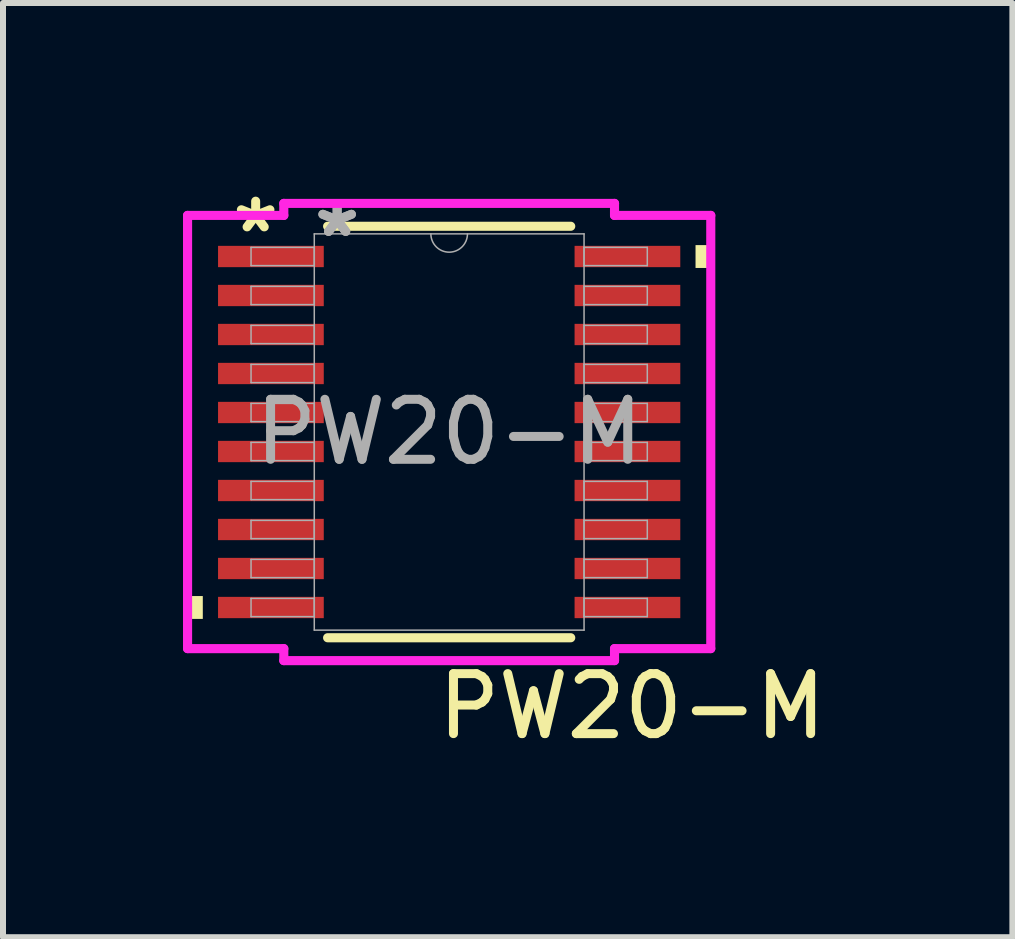
<source format=kicad_pcb>
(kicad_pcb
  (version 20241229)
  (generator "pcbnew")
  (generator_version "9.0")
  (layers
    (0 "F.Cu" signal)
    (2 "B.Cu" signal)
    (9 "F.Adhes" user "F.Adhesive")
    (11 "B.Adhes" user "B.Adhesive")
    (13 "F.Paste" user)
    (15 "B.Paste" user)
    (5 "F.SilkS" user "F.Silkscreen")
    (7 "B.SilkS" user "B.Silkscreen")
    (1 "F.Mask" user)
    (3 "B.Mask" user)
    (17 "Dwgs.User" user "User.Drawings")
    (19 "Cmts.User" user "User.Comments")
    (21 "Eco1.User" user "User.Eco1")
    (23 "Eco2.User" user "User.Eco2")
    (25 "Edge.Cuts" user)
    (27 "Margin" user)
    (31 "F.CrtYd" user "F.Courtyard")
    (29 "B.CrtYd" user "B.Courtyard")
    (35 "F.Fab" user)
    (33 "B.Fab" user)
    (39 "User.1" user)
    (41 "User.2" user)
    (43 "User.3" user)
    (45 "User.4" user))
  (footprint "PW20-M"
    (layer "F.Cu")
    (at 4.436 4.15)
    (property "Reference" "PW20-M" (at 3.048 4.572 0) (unlocked yes) (layer "F.SilkS") (effects (font (size 1 1) (thickness 0.15))))
    (attr smd allow_soldermask_bridges)
    (fp_line (start -2.026 3.429) (end 2.026 3.429) (stroke (width 0.152) (type solid)) (layer "F.SilkS"))
    (fp_line (start 2.026 -3.429) (end -2.026 -3.429) (stroke (width 0.152) (type solid)) (layer "F.SilkS"))
    (fp_poly (pts (xy -4.36 2.734) (xy -4.36 3.115) (xy -4.106 3.115) (xy -4.106 2.734)) (stroke (width 0) (type solid)) (fill yes) (layer "F.SilkS"))
    (fp_poly (pts (xy 4.36 -3.115) (xy 4.36 -2.734) (xy 4.106 -2.734) (xy 4.106 -3.115)) (stroke (width 0) (type solid)) (fill yes) (layer "F.SilkS"))
    (fp_line (start -4.36 -3.61) (end -2.756 -3.61) (stroke (width 0.152) (type solid)) (layer "F.CrtYd"))
    (fp_line (start -4.36 3.61) (end -4.36 -3.61) (stroke (width 0.152) (type solid)) (layer "F.CrtYd"))
    (fp_line (start -4.36 3.61) (end -2.756 3.61) (stroke (width 0.152) (type solid)) (layer "F.CrtYd"))
    (fp_line (start -2.756 -3.81) (end 2.756 -3.81) (stroke (width 0.152) (type solid)) (layer "F.CrtYd"))
    (fp_line (start -2.756 -3.61) (end -2.756 -3.81) (stroke (width 0.152) (type solid)) (layer "F.CrtYd"))
    (fp_line (start -2.756 3.81) (end -2.756 3.61) (stroke (width 0.152) (type solid)) (layer "F.CrtYd"))
    (fp_line (start 2.756 -3.81) (end 2.756 -3.61) (stroke (width 0.152) (type solid)) (layer "F.CrtYd"))
    (fp_line (start 2.756 3.61) (end 2.756 3.81) (stroke (width 0.152) (type solid)) (layer "F.CrtYd"))
    (fp_line (start 2.756 3.81) (end -2.756 3.81) (stroke (width 0.152) (type solid)) (layer "F.CrtYd"))
    (fp_line (start 4.36 -3.61) (end 2.756 -3.61) (stroke (width 0.152) (type solid)) (layer "F.CrtYd"))
    (fp_line (start 4.36 -3.61) (end 4.36 3.61) (stroke (width 0.152) (type solid)) (layer "F.CrtYd"))
    (fp_line (start 4.36 3.61) (end 2.756 3.61) (stroke (width 0.152) (type solid)) (layer "F.CrtYd"))
    (fp_line (start -3.302 -3.077) (end -3.302 -2.773) (stroke (width 0.025) (type solid)) (layer "F.Fab"))
    (fp_line (start -3.302 -2.773) (end -2.248 -2.773) (stroke (width 0.025) (type solid)) (layer "F.Fab"))
    (fp_line (start -3.302 -2.427) (end -3.302 -2.123) (stroke (width 0.025) (type solid)) (layer "F.Fab"))
    (fp_line (start -3.302 -2.123) (end -2.248 -2.123) (stroke (width 0.025) (type solid)) (layer "F.Fab"))
    (fp_line (start -3.302 -1.777) (end -3.302 -1.473) (stroke (width 0.025) (type solid)) (layer "F.Fab"))
    (fp_line (start -3.302 -1.473) (end -2.248 -1.473) (stroke (width 0.025) (type solid)) (layer "F.Fab"))
    (fp_line (start -3.302 -1.127) (end -3.302 -0.823) (stroke (width 0.025) (type solid)) (layer "F.Fab"))
    (fp_line (start -3.302 -0.823) (end -2.248 -0.823) (stroke (width 0.025) (type solid)) (layer "F.Fab"))
    (fp_line (start -3.302 -0.477) (end -3.302 -0.173) (stroke (width 0.025) (type solid)) (layer "F.Fab"))
    (fp_line (start -3.302 -0.173) (end -2.248 -0.173) (stroke (width 0.025) (type solid)) (layer "F.Fab"))
    (fp_line (start -3.302 0.173) (end -3.302 0.477) (stroke (width 0.025) (type solid)) (layer "F.Fab"))
    (fp_line (start -3.302 0.477) (end -2.248 0.477) (stroke (width 0.025) (type solid)) (layer "F.Fab"))
    (fp_line (start -3.302 0.823) (end -3.302 1.127) (stroke (width 0.025) (type solid)) (layer "F.Fab"))
    (fp_line (start -3.302 1.127) (end -2.248 1.127) (stroke (width 0.025) (type solid)) (layer "F.Fab"))
    (fp_line (start -3.302 1.473) (end -3.302 1.777) (stroke (width 0.025) (type solid)) (layer "F.Fab"))
    (fp_line (start -3.302 1.777) (end -2.248 1.777) (stroke (width 0.025) (type solid)) (layer "F.Fab"))
    (fp_line (start -3.302 2.123) (end -3.302 2.427) (stroke (width 0.025) (type solid)) (layer "F.Fab"))
    (fp_line (start -3.302 2.427) (end -2.248 2.427) (stroke (width 0.025) (type solid)) (layer "F.Fab"))
    (fp_line (start -3.302 2.773) (end -3.302 3.077) (stroke (width 0.025) (type solid)) (layer "F.Fab"))
    (fp_line (start -3.302 3.077) (end -2.248 3.077) (stroke (width 0.025) (type solid)) (layer "F.Fab"))
    (fp_line (start -2.248 -3.302) (end -2.248 3.302) (stroke (width 0.025) (type solid)) (layer "F.Fab"))
    (fp_line (start -2.248 -3.077) (end -3.302 -3.077) (stroke (width 0.025) (type solid)) (layer "F.Fab"))
    (fp_line (start -2.248 -2.773) (end -2.248 -3.077) (stroke (width 0.025) (type solid)) (layer "F.Fab"))
    (fp_line (start -2.248 -2.427) (end -3.302 -2.427) (stroke (width 0.025) (type solid)) (layer "F.Fab"))
    (fp_line (start -2.248 -2.123) (end -2.248 -2.427) (stroke (width 0.025) (type solid)) (layer "F.Fab"))
    (fp_line (start -2.248 -1.777) (end -3.302 -1.777) (stroke (width 0.025) (type solid)) (layer "F.Fab"))
    (fp_line (start -2.248 -1.473) (end -2.248 -1.777) (stroke (width 0.025) (type solid)) (layer "F.Fab"))
    (fp_line (start -2.248 -1.127) (end -3.302 -1.127) (stroke (width 0.025) (type solid)) (layer "F.Fab"))
    (fp_line (start -2.248 -0.823) (end -2.248 -1.127) (stroke (width 0.025) (type solid)) (layer "F.Fab"))
    (fp_line (start -2.248 -0.477) (end -3.302 -0.477) (stroke (width 0.025) (type solid)) (layer "F.Fab"))
    (fp_line (start -2.248 -0.173) (end -2.248 -0.477) (stroke (width 0.025) (type solid)) (layer "F.Fab"))
    (fp_line (start -2.248 0.173) (end -3.302 0.173) (stroke (width 0.025) (type solid)) (layer "F.Fab"))
    (fp_line (start -2.248 0.477) (end -2.248 0.173) (stroke (width 0.025) (type solid)) (layer "F.Fab"))
    (fp_line (start -2.248 0.823) (end -3.302 0.823) (stroke (width 0.025) (type solid)) (layer "F.Fab"))
    (fp_line (start -2.248 1.127) (end -2.248 0.823) (stroke (width 0.025) (type solid)) (layer "F.Fab"))
    (fp_line (start -2.248 1.473) (end -3.302 1.473) (stroke (width 0.025) (type solid)) (layer "F.Fab"))
    (fp_line (start -2.248 1.777) (end -2.248 1.473) (stroke (width 0.025) (type solid)) (layer "F.Fab"))
    (fp_line (start -2.248 2.123) (end -3.302 2.123) (stroke (width 0.025) (type solid)) (layer "F.Fab"))
    (fp_line (start -2.248 2.427) (end -2.248 2.123) (stroke (width 0.025) (type solid)) (layer "F.Fab"))
    (fp_line (start -2.248 2.773) (end -3.302 2.773) (stroke (width 0.025) (type solid)) (layer "F.Fab"))
    (fp_line (start -2.248 3.077) (end -2.248 2.773) (stroke (width 0.025) (type solid)) (layer "F.Fab"))
    (fp_line (start -2.248 3.302) (end 2.248 3.302) (stroke (width 0.025) (type solid)) (layer "F.Fab"))
    (fp_line (start 2.248 -3.302) (end -2.248 -3.302) (stroke (width 0.025) (type solid)) (layer "F.Fab"))
    (fp_line (start 2.248 -3.077) (end 2.248 -2.773) (stroke (width 0.025) (type solid)) (layer "F.Fab"))
    (fp_line (start 2.248 -2.773) (end 3.302 -2.773) (stroke (width 0.025) (type solid)) (layer "F.Fab"))
    (fp_line (start 2.248 -2.427) (end 2.248 -2.123) (stroke (width 0.025) (type solid)) (layer "F.Fab"))
    (fp_line (start 2.248 -2.123) (end 3.302 -2.123) (stroke (width 0.025) (type solid)) (layer "F.Fab"))
    (fp_line (start 2.248 -1.777) (end 2.248 -1.473) (stroke (width 0.025) (type solid)) (layer "F.Fab"))
    (fp_line (start 2.248 -1.473) (end 3.302 -1.473) (stroke (width 0.025) (type solid)) (layer "F.Fab"))
    (fp_line (start 2.248 -1.127) (end 2.248 -0.823) (stroke (width 0.025) (type solid)) (layer "F.Fab"))
    (fp_line (start 2.248 -0.823) (end 3.302 -0.823) (stroke (width 0.025) (type solid)) (layer "F.Fab"))
    (fp_line (start 2.248 -0.477) (end 2.248 -0.173) (stroke (width 0.025) (type solid)) (layer "F.Fab"))
    (fp_line (start 2.248 -0.173) (end 3.302 -0.173) (stroke (width 0.025) (type solid)) (layer "F.Fab"))
    (fp_line (start 2.248 0.173) (end 2.248 0.477) (stroke (width 0.025) (type solid)) (layer "F.Fab"))
    (fp_line (start 2.248 0.477) (end 3.302 0.477) (stroke (width 0.025) (type solid)) (layer "F.Fab"))
    (fp_line (start 2.248 0.823) (end 2.248 1.127) (stroke (width 0.025) (type solid)) (layer "F.Fab"))
    (fp_line (start 2.248 1.127) (end 3.302 1.127) (stroke (width 0.025) (type solid)) (layer "F.Fab"))
    (fp_line (start 2.248 1.473) (end 2.248 1.777) (stroke (width 0.025) (type solid)) (layer "F.Fab"))
    (fp_line (start 2.248 1.777) (end 3.302 1.777) (stroke (width 0.025) (type solid)) (layer "F.Fab"))
    (fp_line (start 2.248 2.123) (end 2.248 2.427) (stroke (width 0.025) (type solid)) (layer "F.Fab"))
    (fp_line (start 2.248 2.427) (end 3.302 2.427) (stroke (width 0.025) (type solid)) (layer "F.Fab"))
    (fp_line (start 2.248 2.773) (end 2.248 3.077) (stroke (width 0.025) (type solid)) (layer "F.Fab"))
    (fp_line (start 2.248 3.077) (end 3.302 3.077) (stroke (width 0.025) (type solid)) (layer "F.Fab"))
    (fp_line (start 2.248 3.302) (end 2.248 -3.302) (stroke (width 0.025) (type solid)) (layer "F.Fab"))
    (fp_line (start 3.302 -3.077) (end 2.248 -3.077) (stroke (width 0.025) (type solid)) (layer "F.Fab"))
    (fp_line (start 3.302 -2.773) (end 3.302 -3.077) (stroke (width 0.025) (type solid)) (layer "F.Fab"))
    (fp_line (start 3.302 -2.427) (end 2.248 -2.427) (stroke (width 0.025) (type solid)) (layer "F.Fab"))
    (fp_line (start 3.302 -2.123) (end 3.302 -2.427) (stroke (width 0.025) (type solid)) (layer "F.Fab"))
    (fp_line (start 3.302 -1.777) (end 2.248 -1.777) (stroke (width 0.025) (type solid)) (layer "F.Fab"))
    (fp_line (start 3.302 -1.473) (end 3.302 -1.777) (stroke (width 0.025) (type solid)) (layer "F.Fab"))
    (fp_line (start 3.302 -1.127) (end 2.248 -1.127) (stroke (width 0.025) (type solid)) (layer "F.Fab"))
    (fp_line (start 3.302 -0.823) (end 3.302 -1.127) (stroke (width 0.025) (type solid)) (layer "F.Fab"))
    (fp_line (start 3.302 -0.477) (end 2.248 -0.477) (stroke (width 0.025) (type solid)) (layer "F.Fab"))
    (fp_line (start 3.302 -0.173) (end 3.302 -0.477) (stroke (width 0.025) (type solid)) (layer "F.Fab"))
    (fp_line (start 3.302 0.173) (end 2.248 0.173) (stroke (width 0.025) (type solid)) (layer "F.Fab"))
    (fp_line (start 3.302 0.477) (end 3.302 0.173) (stroke (width 0.025) (type solid)) (layer "F.Fab"))
    (fp_line (start 3.302 0.823) (end 2.248 0.823) (stroke (width 0.025) (type solid)) (layer "F.Fab"))
    (fp_line (start 3.302 1.127) (end 3.302 0.823) (stroke (width 0.025) (type solid)) (layer "F.Fab"))
    (fp_line (start 3.302 1.473) (end 2.248 1.473) (stroke (width 0.025) (type solid)) (layer "F.Fab"))
    (fp_line (start 3.302 1.777) (end 3.302 1.473) (stroke (width 0.025) (type solid)) (layer "F.Fab"))
    (fp_line (start 3.302 2.123) (end 2.248 2.123) (stroke (width 0.025) (type solid)) (layer "F.Fab"))
    (fp_line (start 3.302 2.427) (end 3.302 2.123) (stroke (width 0.025) (type solid)) (layer "F.Fab"))
    (fp_line (start 3.302 2.773) (end 2.248 2.773) (stroke (width 0.025) (type solid)) (layer "F.Fab"))
    (fp_line (start 3.302 3.077) (end 3.302 2.773) (stroke (width 0.025) (type solid)) (layer "F.Fab"))
    (fp_arc (start 0.3048 -3.302) (mid 0 -2.9972) (end -0.3048 -3.302) (stroke (width 0.0254) (type solid)) (layer "F.Fab"))
    (fp_text user "*" (at -3.225 -3.302 0) (layer "F.SilkS") (effects (font (size 1 1) (thickness 0.15))))
    (fp_text user "*" (at -1.867 -3.226 0) (unlocked yes) (layer "F.Fab") (effects (font (size 1 1) (thickness 0.15))))
    (fp_text user "*" (at -1.867 -3.226 0) (layer "F.Fab") (effects (font (size 1 1) (thickness 0.15))))
    (fp_text user "${REFERENCE}" (at 0 0 0) (unlocked yes) (layer "F.Fab") (effects (font (size 1 1) (thickness 0.15))))
    (pad "1" smd rect (at -2.971 -2.925) (size 1.762 0.355) (layers "F.Cu" "F.Mask" "F.Paste"))
    (pad "2" smd rect (at -2.971 -2.275) (size 1.762 0.355) (layers "F.Cu" "F.Mask" "F.Paste"))
    (pad "3" smd rect (at -2.971 -1.625) (size 1.762 0.355) (layers "F.Cu" "F.Mask" "F.Paste"))
    (pad "4" smd rect (at -2.971 -0.975) (size 1.762 0.355) (layers "F.Cu" "F.Mask" "F.Paste"))
    (pad "5" smd rect (at -2.971 -0.325) (size 1.762 0.355) (layers "F.Cu" "F.Mask" "F.Paste"))
    (pad "6" smd rect (at -2.971 0.325) (size 1.762 0.355) (layers "F.Cu" "F.Mask" "F.Paste"))
    (pad "7" smd rect (at -2.971 0.975) (size 1.762 0.355) (layers "F.Cu" "F.Mask" "F.Paste"))
    (pad "8" smd rect (at -2.971 1.625) (size 1.762 0.355) (layers "F.Cu" "F.Mask" "F.Paste"))
    (pad "9" smd rect (at -2.971 2.275) (size 1.762 0.355) (layers "F.Cu" "F.Mask" "F.Paste"))
    (pad "10" smd rect (at -2.971 2.925) (size 1.762 0.355) (layers "F.Cu" "F.Mask" "F.Paste"))
    (pad "11" smd rect (at 2.971 2.925) (size 1.762 0.355) (layers "F.Cu" "F.Mask" "F.Paste"))
    (pad "12" smd rect (at 2.971 2.275) (size 1.762 0.355) (layers "F.Cu" "F.Mask" "F.Paste"))
    (pad "13" smd rect (at 2.971 1.625) (size 1.762 0.355) (layers "F.Cu" "F.Mask" "F.Paste"))
    (pad "14" smd rect (at 2.971 0.975) (size 1.762 0.355) (layers "F.Cu" "F.Mask" "F.Paste"))
    (pad "15" smd rect (at 2.971 0.325) (size 1.762 0.355) (layers "F.Cu" "F.Mask" "F.Paste"))
    (pad "16" smd rect (at 2.971 -0.325) (size 1.762 0.355) (layers "F.Cu" "F.Mask" "F.Paste"))
    (pad "17" smd rect (at 2.971 -0.975) (size 1.762 0.355) (layers "F.Cu" "F.Mask" "F.Paste"))
    (pad "18" smd rect (at 2.971 -1.625) (size 1.762 0.355) (layers "F.Cu" "F.Mask" "F.Paste"))
    (pad "19" smd rect (at 2.971 -2.275) (size 1.762 0.355) (layers "F.Cu" "F.Mask" "F.Paste"))
    (pad "20" smd rect (at 2.971 -2.925) (size 1.762 0.355) (layers "F.Cu" "F.Mask" "F.Paste")))
  (gr_rect
    (start -3 -3)
    (end 13.823 12.57)
    (stroke (width 0.1) (type default))
    (fill no)
    (layer "Edge.Cuts")))
</source>
